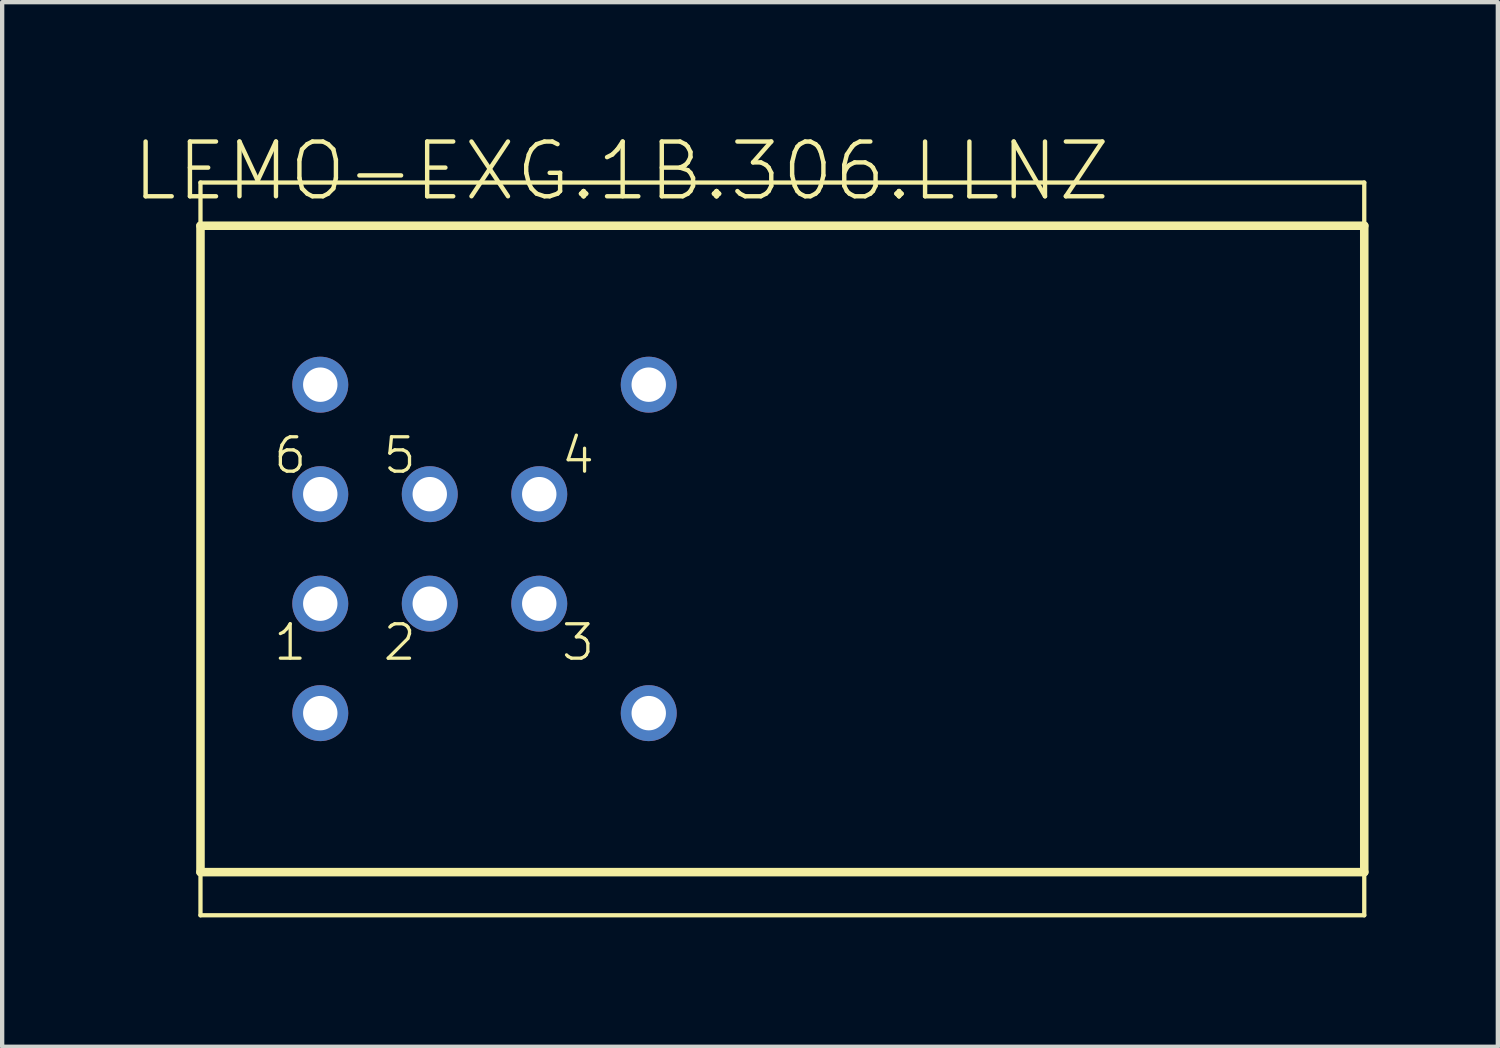
<source format=kicad_pcb>
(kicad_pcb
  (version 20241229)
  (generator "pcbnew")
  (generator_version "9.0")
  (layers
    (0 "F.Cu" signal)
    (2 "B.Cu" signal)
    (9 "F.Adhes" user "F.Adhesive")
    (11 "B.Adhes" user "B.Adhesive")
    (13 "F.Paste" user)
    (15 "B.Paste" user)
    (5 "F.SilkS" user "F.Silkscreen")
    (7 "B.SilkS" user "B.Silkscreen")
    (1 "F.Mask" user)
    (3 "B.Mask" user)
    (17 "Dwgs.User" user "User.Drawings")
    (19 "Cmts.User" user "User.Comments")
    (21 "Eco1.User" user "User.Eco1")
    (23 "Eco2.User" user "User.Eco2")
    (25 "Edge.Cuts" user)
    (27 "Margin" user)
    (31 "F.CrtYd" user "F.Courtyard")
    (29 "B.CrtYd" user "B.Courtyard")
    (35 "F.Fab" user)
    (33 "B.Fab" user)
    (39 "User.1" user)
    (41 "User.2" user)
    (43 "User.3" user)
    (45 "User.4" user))
  (footprint "LEMO-EXG.1B.306.LLNZ"
    (layer "F.Cu")
    (at 8.19 9.684)
    (property "Reference" "LEMO-EXG.1B.306.LLNZ" (at 3.175 -8.763 0) (layer "F.SilkS") (effects (font (size 1.27 1.27) (thickness 0.102))))
    (attr exclude_from_pos_files exclude_from_bom)
    (fp_line (start -6.589 -8.499) (end -6.589 8.499) (stroke (width 0.099) (type solid)) (layer "F.SilkS"))
    (fp_line (start -6.589 -8.499) (end 20.409 -8.499) (stroke (width 0.099) (type solid)) (layer "F.SilkS"))
    (fp_line (start -6.589 -7.498) (end -6.589 7.498) (stroke (width 0.198) (type solid)) (layer "F.SilkS"))
    (fp_line (start -6.589 -7.498) (end 20.409 -7.498) (stroke (width 0.198) (type solid)) (layer "F.SilkS"))
    (fp_line (start -6.589 7.498) (end 20.409 7.498) (stroke (width 0.198) (type solid)) (layer "F.SilkS"))
    (fp_line (start -6.589 8.499) (end 20.409 8.499) (stroke (width 0.099) (type solid)) (layer "F.SilkS"))
    (fp_line (start 20.409 -8.499) (end 20.409 8.499) (stroke (width 0.099) (type solid)) (layer "F.SilkS"))
    (fp_line (start 20.409 -7.498) (end 20.409 7.498) (stroke (width 0.198) (type solid)) (layer "F.SilkS"))
    (fp_text user "3" (at 2.169 2.169 0) (layer "F.SilkS") (effects (font (size 0.798 0.798) (thickness 0.076))))
    (fp_text user "2" (at -1.968 2.169 0) (layer "F.SilkS") (effects (font (size 0.798 0.798) (thickness 0.076))))
    (fp_text user "1" (at -4.508 2.169 0) (layer "F.SilkS") (effects (font (size 0.798 0.798) (thickness 0.076))))
    (fp_text user "4" (at 2.169 -2.169 0) (layer "F.SilkS") (effects (font (size 0.798 0.798) (thickness 0.076))))
    (fp_text user "6" (at -4.508 -2.169 0) (layer "F.SilkS") (effects (font (size 0.798 0.798) (thickness 0.076))))
    (fp_text user "5" (at -1.968 -2.169 0) (layer "F.SilkS") (effects (font (size 0.798 0.798) (thickness 0.076))))
    (pad "1" thru_hole circle (at -3.81 1.27) (size 1.298 1.298) (drill 0.798) (layers "*.Cu" "*.Paste" "*.Mask"))
    (pad "2" thru_hole circle (at -1.27 1.27) (size 1.298 1.298) (drill 0.798) (layers "*.Cu" "*.Paste" "*.Mask"))
    (pad "3" thru_hole circle (at 1.27 1.27) (size 1.298 1.298) (drill 0.798) (layers "*.Cu" "*.Paste" "*.Mask"))
    (pad "4" thru_hole circle (at 1.27 -1.27) (size 1.298 1.298) (drill 0.798) (layers "*.Cu" "*.Paste" "*.Mask"))
    (pad "5" thru_hole circle (at -1.27 -1.27) (size 1.298 1.298) (drill 0.798) (layers "*.Cu" "*.Paste" "*.Mask"))
    (pad "6" thru_hole circle (at -3.81 -1.27) (size 1.298 1.298) (drill 0.798) (layers "*.Cu" "*.Paste" "*.Mask"))
    (pad "8" thru_hole circle (at -3.81 3.81) (size 1.298 1.298) (drill 0.798) (layers "*.Cu" "*.Paste" "*.Mask"))
    (pad "9" thru_hole circle (at 3.81 3.81) (size 1.298 1.298) (drill 0.798) (layers "*.Cu" "*.Paste" "*.Mask"))
    (pad "10" thru_hole circle (at 3.81 -3.81) (size 1.298 1.298) (drill 0.798) (layers "*.Cu" "*.Paste" "*.Mask"))
    (pad "11" thru_hole circle (at -3.81 -3.81) (size 1.298 1.298) (drill 0.798) (layers "*.Cu" "*.Paste" "*.Mask")))
  (gr_rect
    (start -3 -3)
    (end 31.698 21.233)
    (stroke (width 0.1) (type default))
    (fill no)
    (layer "Edge.Cuts")))
</source>
